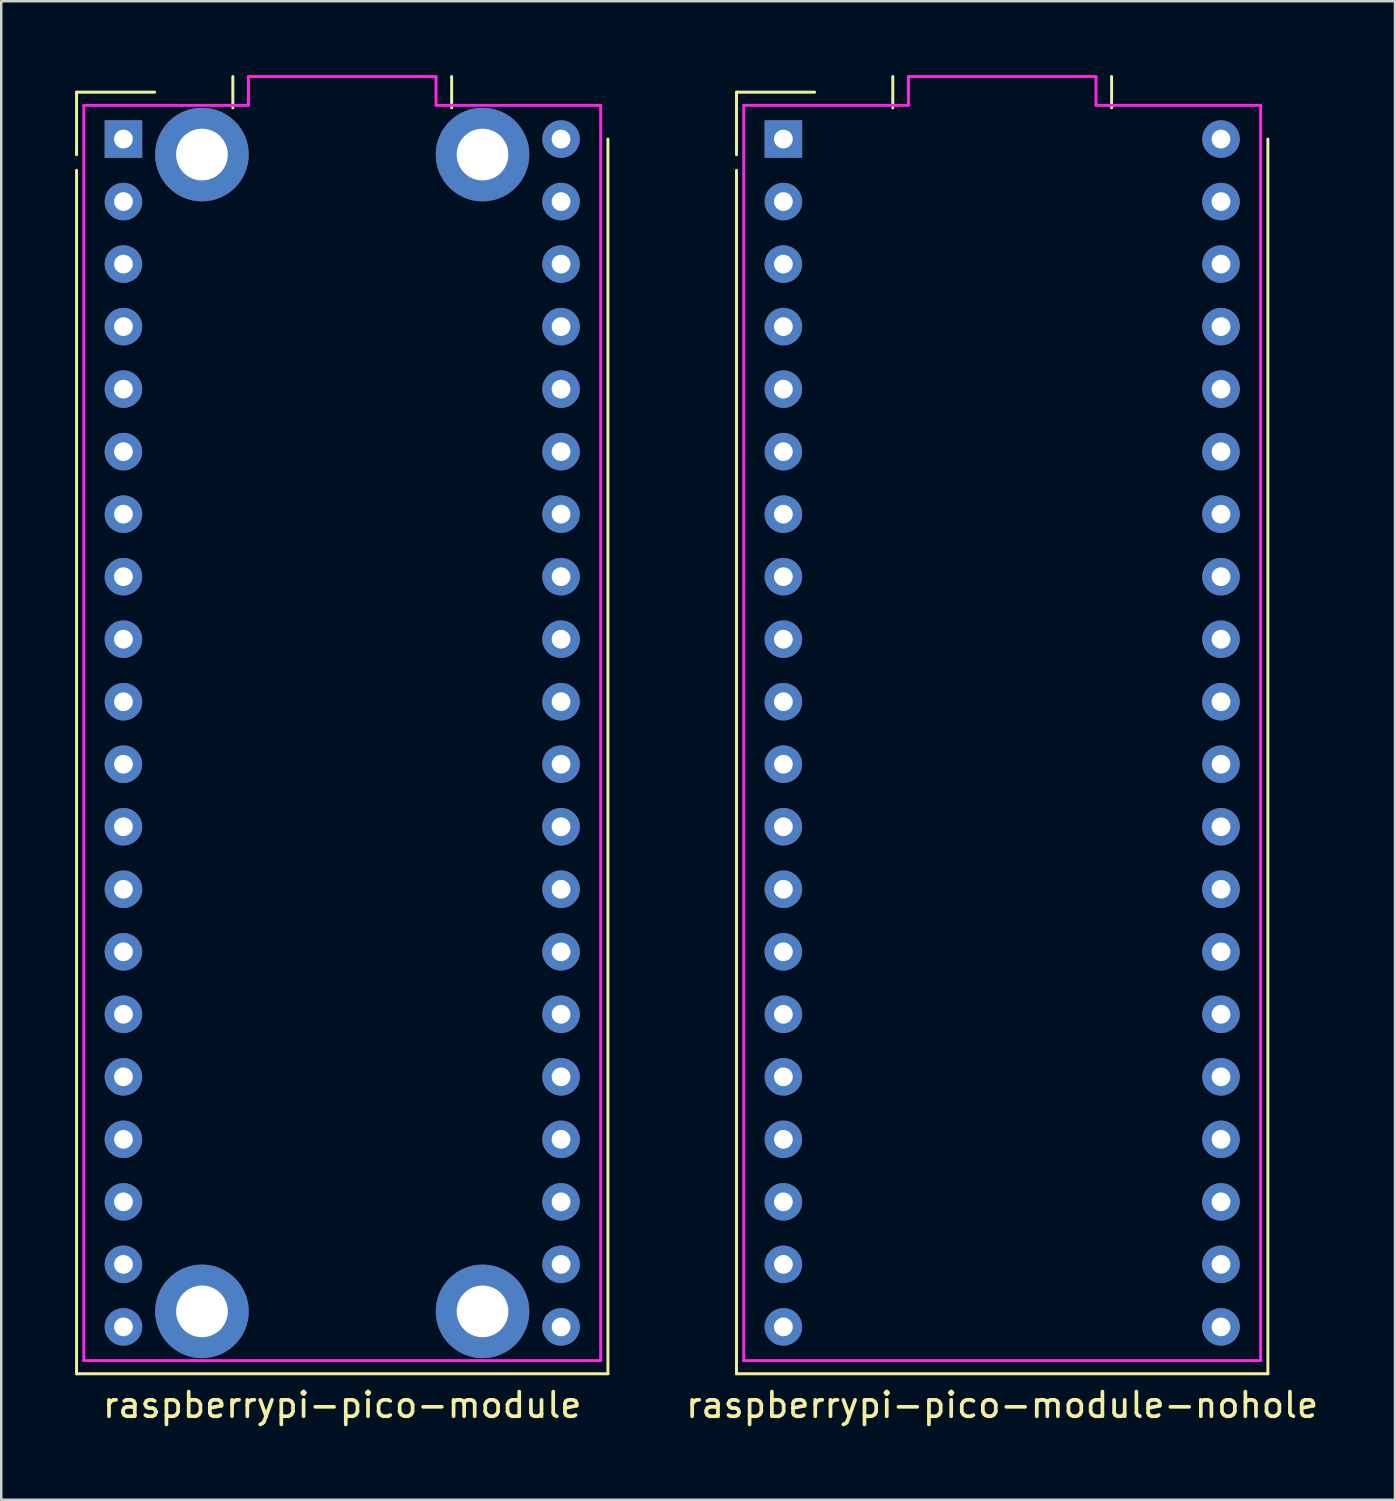
<source format=kicad_pcb>
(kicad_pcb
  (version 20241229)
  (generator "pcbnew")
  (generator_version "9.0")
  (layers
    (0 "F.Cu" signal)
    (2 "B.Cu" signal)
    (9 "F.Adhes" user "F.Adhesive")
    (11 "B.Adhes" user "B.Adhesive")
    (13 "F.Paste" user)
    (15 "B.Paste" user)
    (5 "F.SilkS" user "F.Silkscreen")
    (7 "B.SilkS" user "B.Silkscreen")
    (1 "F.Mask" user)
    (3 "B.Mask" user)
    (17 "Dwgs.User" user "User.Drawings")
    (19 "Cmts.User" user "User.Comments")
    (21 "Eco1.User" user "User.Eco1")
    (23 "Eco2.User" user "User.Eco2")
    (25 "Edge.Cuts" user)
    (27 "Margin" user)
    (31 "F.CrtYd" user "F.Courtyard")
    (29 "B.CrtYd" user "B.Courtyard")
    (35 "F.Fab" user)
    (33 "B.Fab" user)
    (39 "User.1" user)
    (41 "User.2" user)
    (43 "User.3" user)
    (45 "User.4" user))
  (footprint "raspberrypi-pico-module-nohole"
    (layer "F.Cu")
    (at 37.668 26.73)
    (property "Reference" "raspberrypi-pico-module-nohole" (at 0 27.305 0) (layer "F.SilkS") (effects (font (size 1 1) (thickness 0.15))))
    (attr through_hole)
    (fp_line (start -10.795 -26.035) (end -10.795 -23.495) (stroke (width 0.12) (type solid)) (layer "F.SilkS"))
    (fp_line (start -10.795 26.035) (end -10.795 -22.86) (stroke (width 0.12) (type solid)) (layer "F.SilkS"))
    (fp_line (start -10.795 26.035) (end 10.795 26.035) (stroke (width 0.12) (type solid)) (layer "F.SilkS"))
    (fp_line (start -7.62 -26.035) (end -10.795 -26.035) (stroke (width 0.12) (type solid)) (layer "F.SilkS"))
    (fp_line (start -4.445 -25.4) (end -4.445 -26.67) (stroke (width 0.12) (type solid)) (layer "F.SilkS"))
    (fp_line (start 4.445 -25.4) (end 4.445 -26.67) (stroke (width 0.12) (type solid)) (layer "F.SilkS"))
    (fp_line (start 10.795 26.035) (end 10.795 -24.13) (stroke (width 0.12) (type solid)) (layer "F.SilkS"))
    (fp_line (start -10.5 -25.5) (end -10.5 25.5) (stroke (width 0.12) (type solid)) (layer "F.CrtYd"))
    (fp_line (start -10.5 -25.5) (end -3.81 -25.5) (stroke (width 0.12) (type solid)) (layer "F.CrtYd"))
    (fp_line (start -10.5 25.5) (end 10.5 25.5) (stroke (width 0.12) (type solid)) (layer "F.CrtYd"))
    (fp_line (start -3.81 -26.67) (end 3.175 -26.67) (stroke (width 0.12) (type solid)) (layer "F.CrtYd"))
    (fp_line (start -3.81 -25.5) (end -3.81 -26.67) (stroke (width 0.12) (type solid)) (layer "F.CrtYd"))
    (fp_line (start 3.175 -26.67) (end 3.81 -26.67) (stroke (width 0.12) (type solid)) (layer "F.CrtYd"))
    (fp_line (start 3.81 -26.67) (end 3.81 -25.5) (stroke (width 0.12) (type solid)) (layer "F.CrtYd"))
    (fp_line (start 10.5 -25.5) (end 3.81 -25.5) (stroke (width 0.12) (type solid)) (layer "F.CrtYd"))
    (fp_line (start 10.5 -25.5) (end 10.5 25.5) (stroke (width 0.12) (type solid)) (layer "F.CrtYd"))
    (pad "1" thru_hole rect (at -8.89 -24.13) (size 1.524 1.524) (drill 0.762) (layers "*.Cu" "*.Mask"))
    (pad "2" thru_hole circle (at -8.89 -21.59) (size 1.524 1.524) (drill 0.762) (layers "*.Cu" "*.Mask"))
    (pad "3" thru_hole circle (at -8.89 -19.05) (size 1.524 1.524) (drill 0.762) (layers "*.Cu" "*.Mask"))
    (pad "4" thru_hole circle (at -8.89 -16.51) (size 1.524 1.524) (drill 0.762) (layers "*.Cu" "*.Mask"))
    (pad "5" thru_hole circle (at -8.89 -13.97) (size 1.524 1.524) (drill 0.762) (layers "*.Cu" "*.Mask"))
    (pad "6" thru_hole circle (at -8.89 -11.43) (size 1.524 1.524) (drill 0.762) (layers "*.Cu" "*.Mask"))
    (pad "7" thru_hole circle (at -8.89 -8.89) (size 1.524 1.524) (drill 0.762) (layers "*.Cu" "*.Mask"))
    (pad "8" thru_hole circle (at -8.89 -6.35) (size 1.524 1.524) (drill 0.762) (layers "*.Cu" "*.Mask"))
    (pad "9" thru_hole circle (at -8.89 -3.81) (size 1.524 1.524) (drill 0.762) (layers "*.Cu" "*.Mask"))
    (pad "10" thru_hole circle (at -8.89 -1.27) (size 1.524 1.524) (drill 0.762) (layers "*.Cu" "*.Mask"))
    (pad "11" thru_hole circle (at -8.89 1.27) (size 1.524 1.524) (drill 0.762) (layers "*.Cu" "*.Mask"))
    (pad "12" thru_hole circle (at -8.89 3.81) (size 1.524 1.524) (drill 0.762) (layers "*.Cu" "*.Mask"))
    (pad "13" thru_hole circle (at -8.89 6.35) (size 1.524 1.524) (drill 0.762) (layers "*.Cu" "*.Mask"))
    (pad "14" thru_hole circle (at -8.89 8.89) (size 1.524 1.524) (drill 0.762) (layers "*.Cu" "*.Mask"))
    (pad "15" thru_hole circle (at -8.89 11.43) (size 1.524 1.524) (drill 0.762) (layers "*.Cu" "*.Mask"))
    (pad "16" thru_hole circle (at -8.89 13.97) (size 1.524 1.524) (drill 0.762) (layers "*.Cu" "*.Mask"))
    (pad "17" thru_hole circle (at -8.89 16.51) (size 1.524 1.524) (drill 0.762) (layers "*.Cu" "*.Mask"))
    (pad "18" thru_hole circle (at -8.89 19.05) (size 1.524 1.524) (drill 0.762) (layers "*.Cu" "*.Mask"))
    (pad "19" thru_hole circle (at -8.89 21.59) (size 1.524 1.524) (drill 0.762) (layers "*.Cu" "*.Mask"))
    (pad "20" thru_hole circle (at -8.89 24.13) (size 1.524 1.524) (drill 0.762) (layers "*.Cu" "*.Mask"))
    (pad "21" thru_hole circle (at 8.89 24.13) (size 1.524 1.524) (drill 0.762) (layers "*.Cu" "*.Mask"))
    (pad "22" thru_hole circle (at 8.89 21.59) (size 1.524 1.524) (drill 0.762) (layers "*.Cu" "*.Mask"))
    (pad "23" thru_hole circle (at 8.89 19.05) (size 1.524 1.524) (drill 0.762) (layers "*.Cu" "*.Mask"))
    (pad "24" thru_hole circle (at 8.89 16.51) (size 1.524 1.524) (drill 0.762) (layers "*.Cu" "*.Mask"))
    (pad "25" thru_hole circle (at 8.89 13.97) (size 1.524 1.524) (drill 0.762) (layers "*.Cu" "*.Mask"))
    (pad "26" thru_hole circle (at 8.89 11.43) (size 1.524 1.524) (drill 0.762) (layers "*.Cu" "*.Mask"))
    (pad "27" thru_hole circle (at 8.89 8.89) (size 1.524 1.524) (drill 0.762) (layers "*.Cu" "*.Mask"))
    (pad "28" thru_hole circle (at 8.89 6.35) (size 1.524 1.524) (drill 0.762) (layers "*.Cu" "*.Mask"))
    (pad "29" thru_hole circle (at 8.89 3.81) (size 1.524 1.524) (drill 0.762) (layers "*.Cu" "*.Mask"))
    (pad "30" thru_hole circle (at 8.89 1.27) (size 1.524 1.524) (drill 0.762) (layers "*.Cu" "*.Mask"))
    (pad "31" thru_hole circle (at 8.89 -1.27) (size 1.524 1.524) (drill 0.762) (layers "*.Cu" "*.Mask"))
    (pad "32" thru_hole circle (at 8.89 -3.81) (size 1.524 1.524) (drill 0.762) (layers "*.Cu" "*.Mask"))
    (pad "33" thru_hole circle (at 8.89 -6.35) (size 1.524 1.524) (drill 0.762) (layers "*.Cu" "*.Mask"))
    (pad "34" thru_hole circle (at 8.89 -8.89) (size 1.524 1.524) (drill 0.762) (layers "*.Cu" "*.Mask"))
    (pad "35" thru_hole circle (at 8.89 -11.43) (size 1.524 1.524) (drill 0.762) (layers "*.Cu" "*.Mask"))
    (pad "36" thru_hole circle (at 8.89 -13.97) (size 1.524 1.524) (drill 0.762) (layers "*.Cu" "*.Mask"))
    (pad "37" thru_hole circle (at 8.89 -16.51) (size 1.524 1.524) (drill 0.762) (layers "*.Cu" "*.Mask"))
    (pad "38" thru_hole circle (at 8.89 -19.05) (size 1.524 1.524) (drill 0.762) (layers "*.Cu" "*.Mask"))
    (pad "39" thru_hole circle (at 8.89 -21.59) (size 1.524 1.524) (drill 0.762) (layers "*.Cu" "*.Mask"))
    (pad "40" thru_hole circle (at 8.89 -24.13) (size 1.524 1.524) (drill 0.762) (layers "*.Cu" "*.Mask")))
  (footprint "raspberrypi-pico-module"
    (layer "F.Cu")
    (at 10.855 26.73)
    (property "Reference" "raspberrypi-pico-module" (at 0 27.305 0) (layer "F.SilkS") (effects (font (size 1 1) (thickness 0.15))))
    (attr through_hole)
    (fp_line (start -10.795 -26.035) (end -10.795 -23.495) (stroke (width 0.12) (type solid)) (layer "F.SilkS"))
    (fp_line (start -10.795 26.035) (end -10.795 -22.86) (stroke (width 0.12) (type solid)) (layer "F.SilkS"))
    (fp_line (start -10.795 26.035) (end 10.795 26.035) (stroke (width 0.12) (type solid)) (layer "F.SilkS"))
    (fp_line (start -7.62 -26.035) (end -10.795 -26.035) (stroke (width 0.12) (type solid)) (layer "F.SilkS"))
    (fp_line (start -4.445 -25.4) (end -4.445 -26.67) (stroke (width 0.12) (type solid)) (layer "F.SilkS"))
    (fp_line (start 4.445 -25.4) (end 4.445 -26.67) (stroke (width 0.12) (type solid)) (layer "F.SilkS"))
    (fp_line (start 10.795 26.035) (end 10.795 -24.13) (stroke (width 0.12) (type solid)) (layer "F.SilkS"))
    (fp_line (start -10.5 -25.5) (end -10.5 25.5) (stroke (width 0.12) (type solid)) (layer "F.CrtYd"))
    (fp_line (start -10.5 -25.5) (end -3.81 -25.5) (stroke (width 0.12) (type solid)) (layer "F.CrtYd"))
    (fp_line (start -10.5 25.5) (end 10.5 25.5) (stroke (width 0.12) (type solid)) (layer "F.CrtYd"))
    (fp_line (start -3.81 -26.67) (end 3.175 -26.67) (stroke (width 0.12) (type solid)) (layer "F.CrtYd"))
    (fp_line (start -3.81 -25.5) (end -3.81 -26.67) (stroke (width 0.12) (type solid)) (layer "F.CrtYd"))
    (fp_line (start 3.175 -26.67) (end 3.81 -26.67) (stroke (width 0.12) (type solid)) (layer "F.CrtYd"))
    (fp_line (start 3.81 -26.67) (end 3.81 -25.5) (stroke (width 0.12) (type solid)) (layer "F.CrtYd"))
    (fp_line (start 10.5 -25.5) (end 3.81 -25.5) (stroke (width 0.12) (type solid)) (layer "F.CrtYd"))
    (fp_line (start 10.5 -25.5) (end 10.5 25.5) (stroke (width 0.12) (type solid)) (layer "F.CrtYd"))
    (pad "" np_thru_hole circle (at -5.7 -23.5) (size 3.8 3.8) (drill 2.1) (layers "*.Cu" "*.Mask"))
    (pad "" np_thru_hole circle (at -5.7 23.5) (size 3.8 3.8) (drill 2.1) (layers "*.Cu" "*.Mask"))
    (pad "" np_thru_hole circle (at 5.7 -23.5) (size 3.8 3.8) (drill 2.1) (layers "*.Cu" "*.Mask"))
    (pad "" np_thru_hole circle (at 5.7 23.5) (size 3.8 3.8) (drill 2.1) (layers "*.Cu" "*.Mask"))
    (pad "1" thru_hole rect (at -8.89 -24.13) (size 1.524 1.524) (drill 0.762) (layers "*.Cu" "*.Mask"))
    (pad "2" thru_hole circle (at -8.89 -21.59) (size 1.524 1.524) (drill 0.762) (layers "*.Cu" "*.Mask"))
    (pad "3" thru_hole circle (at -8.89 -19.05) (size 1.524 1.524) (drill 0.762) (layers "*.Cu" "*.Mask"))
    (pad "4" thru_hole circle (at -8.89 -16.51) (size 1.524 1.524) (drill 0.762) (layers "*.Cu" "*.Mask"))
    (pad "5" thru_hole circle (at -8.89 -13.97) (size 1.524 1.524) (drill 0.762) (layers "*.Cu" "*.Mask"))
    (pad "6" thru_hole circle (at -8.89 -11.43) (size 1.524 1.524) (drill 0.762) (layers "*.Cu" "*.Mask"))
    (pad "7" thru_hole circle (at -8.89 -8.89) (size 1.524 1.524) (drill 0.762) (layers "*.Cu" "*.Mask"))
    (pad "8" thru_hole circle (at -8.89 -6.35) (size 1.524 1.524) (drill 0.762) (layers "*.Cu" "*.Mask"))
    (pad "9" thru_hole circle (at -8.89 -3.81) (size 1.524 1.524) (drill 0.762) (layers "*.Cu" "*.Mask"))
    (pad "10" thru_hole circle (at -8.89 -1.27) (size 1.524 1.524) (drill 0.762) (layers "*.Cu" "*.Mask"))
    (pad "11" thru_hole circle (at -8.89 1.27) (size 1.524 1.524) (drill 0.762) (layers "*.Cu" "*.Mask"))
    (pad "12" thru_hole circle (at -8.89 3.81) (size 1.524 1.524) (drill 0.762) (layers "*.Cu" "*.Mask"))
    (pad "13" thru_hole circle (at -8.89 6.35) (size 1.524 1.524) (drill 0.762) (layers "*.Cu" "*.Mask"))
    (pad "14" thru_hole circle (at -8.89 8.89) (size 1.524 1.524) (drill 0.762) (layers "*.Cu" "*.Mask"))
    (pad "15" thru_hole circle (at -8.89 11.43) (size 1.524 1.524) (drill 0.762) (layers "*.Cu" "*.Mask"))
    (pad "16" thru_hole circle (at -8.89 13.97) (size 1.524 1.524) (drill 0.762) (layers "*.Cu" "*.Mask"))
    (pad "17" thru_hole circle (at -8.89 16.51) (size 1.524 1.524) (drill 0.762) (layers "*.Cu" "*.Mask"))
    (pad "18" thru_hole circle (at -8.89 19.05) (size 1.524 1.524) (drill 0.762) (layers "*.Cu" "*.Mask"))
    (pad "19" thru_hole circle (at -8.89 21.59) (size 1.524 1.524) (drill 0.762) (layers "*.Cu" "*.Mask"))
    (pad "20" thru_hole circle (at -8.89 24.13) (size 1.524 1.524) (drill 0.762) (layers "*.Cu" "*.Mask"))
    (pad "21" thru_hole circle (at 8.89 24.13) (size 1.524 1.524) (drill 0.762) (layers "*.Cu" "*.Mask"))
    (pad "22" thru_hole circle (at 8.89 21.59) (size 1.524 1.524) (drill 0.762) (layers "*.Cu" "*.Mask"))
    (pad "23" thru_hole circle (at 8.89 19.05) (size 1.524 1.524) (drill 0.762) (layers "*.Cu" "*.Mask"))
    (pad "24" thru_hole circle (at 8.89 16.51) (size 1.524 1.524) (drill 0.762) (layers "*.Cu" "*.Mask"))
    (pad "25" thru_hole circle (at 8.89 13.97) (size 1.524 1.524) (drill 0.762) (layers "*.Cu" "*.Mask"))
    (pad "26" thru_hole circle (at 8.89 11.43) (size 1.524 1.524) (drill 0.762) (layers "*.Cu" "*.Mask"))
    (pad "27" thru_hole circle (at 8.89 8.89) (size 1.524 1.524) (drill 0.762) (layers "*.Cu" "*.Mask"))
    (pad "28" thru_hole circle (at 8.89 6.35) (size 1.524 1.524) (drill 0.762) (layers "*.Cu" "*.Mask"))
    (pad "29" thru_hole circle (at 8.89 3.81) (size 1.524 1.524) (drill 0.762) (layers "*.Cu" "*.Mask"))
    (pad "30" thru_hole circle (at 8.89 1.27) (size 1.524 1.524) (drill 0.762) (layers "*.Cu" "*.Mask"))
    (pad "31" thru_hole circle (at 8.89 -1.27) (size 1.524 1.524) (drill 0.762) (layers "*.Cu" "*.Mask"))
    (pad "32" thru_hole circle (at 8.89 -3.81) (size 1.524 1.524) (drill 0.762) (layers "*.Cu" "*.Mask"))
    (pad "33" thru_hole circle (at 8.89 -6.35) (size 1.524 1.524) (drill 0.762) (layers "*.Cu" "*.Mask"))
    (pad "34" thru_hole circle (at 8.89 -8.89) (size 1.524 1.524) (drill 0.762) (layers "*.Cu" "*.Mask"))
    (pad "35" thru_hole circle (at 8.89 -11.43) (size 1.524 1.524) (drill 0.762) (layers "*.Cu" "*.Mask"))
    (pad "36" thru_hole circle (at 8.89 -13.97) (size 1.524 1.524) (drill 0.762) (layers "*.Cu" "*.Mask"))
    (pad "37" thru_hole circle (at 8.89 -16.51) (size 1.524 1.524) (drill 0.762) (layers "*.Cu" "*.Mask"))
    (pad "38" thru_hole circle (at 8.89 -19.05) (size 1.524 1.524) (drill 0.762) (layers "*.Cu" "*.Mask"))
    (pad "39" thru_hole circle (at 8.89 -21.59) (size 1.524 1.524) (drill 0.762) (layers "*.Cu" "*.Mask"))
    (pad "40" thru_hole circle (at 8.89 -24.13) (size 1.524 1.524) (drill 0.762) (layers "*.Cu" "*.Mask")))
  (gr_rect
    (start -3 -3)
    (end 53.627 57.883)
    (stroke (width 0.1) (type default))
    (fill no)
    (layer "Edge.Cuts")))
</source>
